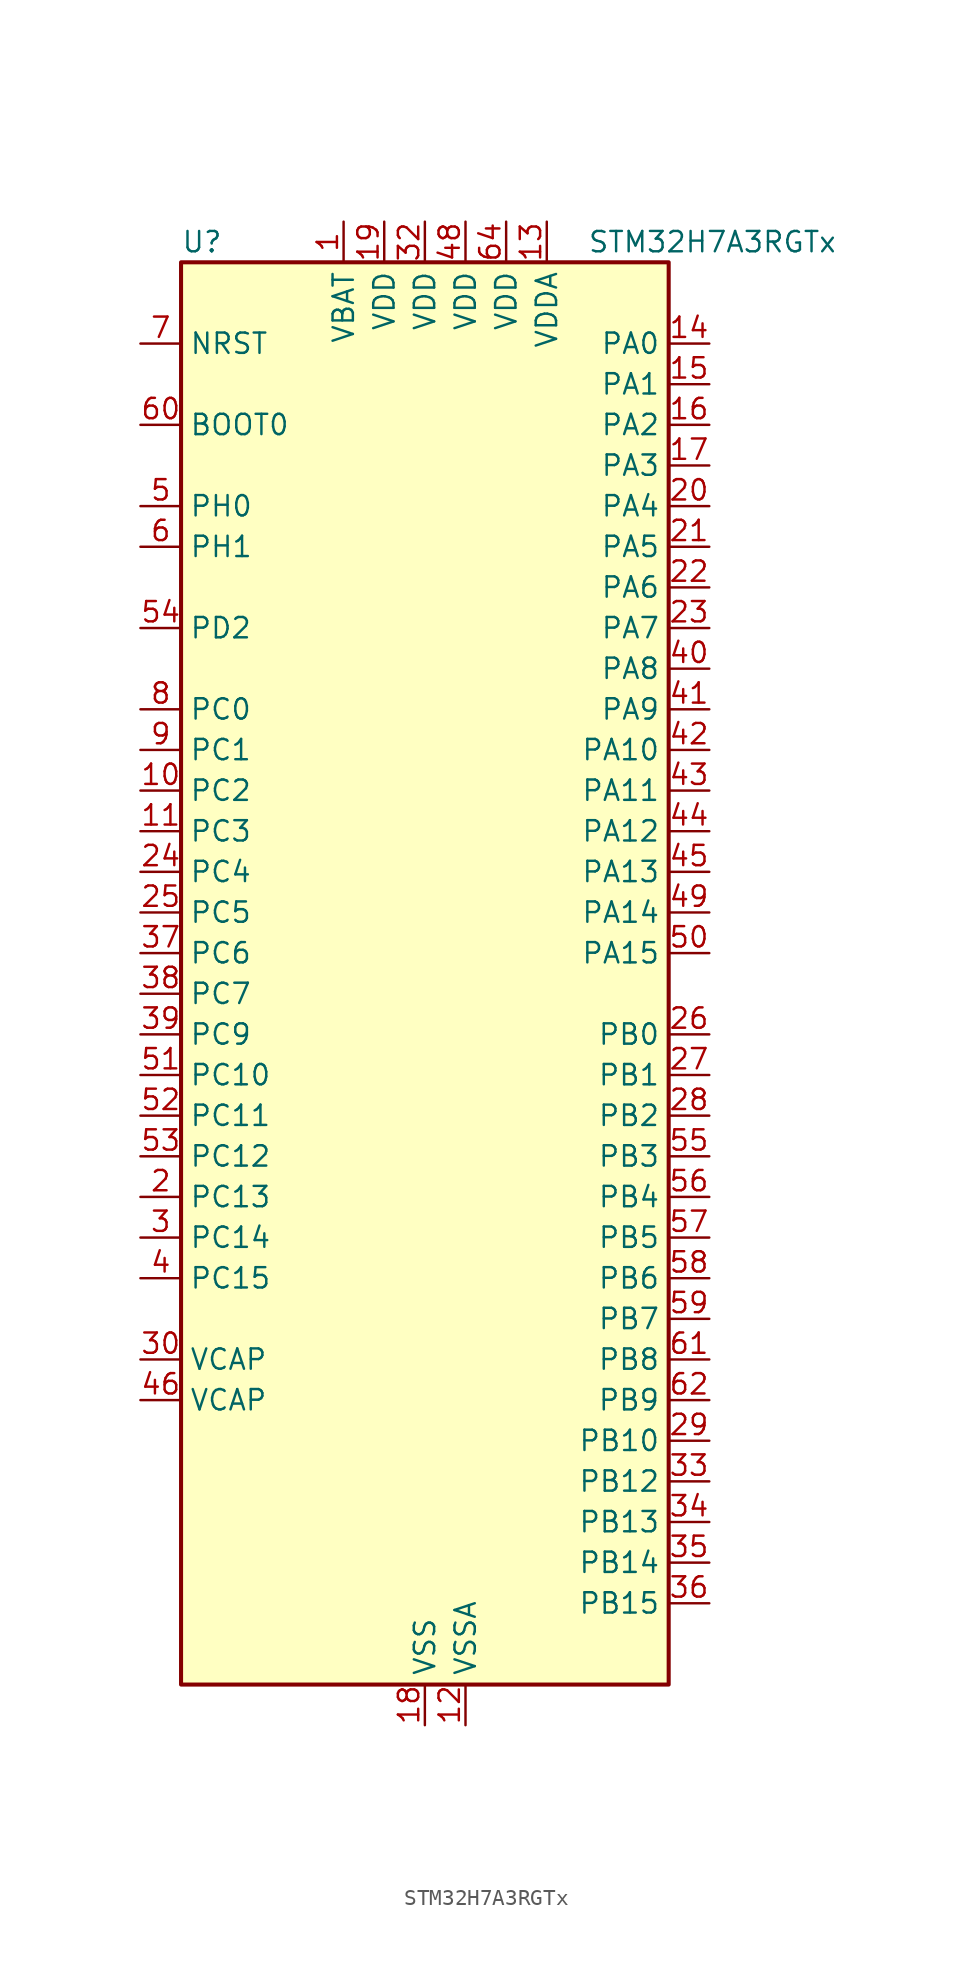
<source format=kicad_sym>
(kicad_symbol_lib
  (version 20231120)
  (generator "kicad_symbol_editor")
  (generator_version "8.0")
  (symbol "STM32H7A3RGTx"
    (property "Reference" "U"
      (at -15.24 46.99 0)
      (effects (font (size 1.27 1.27)) (justify left)))
    (property "Value" "STM32H7A3RGTx"
      (at 10.16 46.99 0)
      (effects (font (size 1.27 1.27)) (justify left)))
    (symbol "STM32H7A3RGTx_0_1"
      (rectangle (start -15.24 -43.18) (end 15.24 45.72) (stroke (width 0.254) (type default)) (fill (type background))))
    (symbol "STM32H7A3RGTx_1_1"
      (pin power_in line (at -5.08 48.26 270) (length 2.54) (name "VBAT" (effects (font (size 1.27 1.27)))) (number "1" (effects (font (size 1.27 1.27)))))
      (pin bidirectional line (at -17.78 12.7 0) (length 2.54) (name "PC2" (effects (font (size 1.27 1.27)))) (number "10" (effects (font (size 1.27 1.27)))) (alternate "ADC1_INN11" bidirectional line) (alternate "ADC1_INP12" bidirectional line) (alternate "ADC2_INN11" bidirectional line) (alternate "ADC2_INP12" bidirectional line) (alternate "DFSDM1_CKIN1" bidirectional line) (alternate "DFSDM1_CKOUT" bidirectional line) (alternate "I2S2_SDI" bidirectional line) (alternate "OCTOSPIM_P1_IO2" bidirectional line) (alternate "OCTOSPIM_P1_IO5" bidirectional line) (alternate "PWR_CSTOP" bidirectional line) (alternate "SPI2_MISO" bidirectional line) (alternate "USB_OTG_HS_ULPI_DIR" bidirectional line))
      (pin bidirectional line (at -17.78 10.16 0) (length 2.54) (name "PC3" (effects (font (size 1.27 1.27)))) (number "11" (effects (font (size 1.27 1.27)))) (alternate "ADC1_INN12" bidirectional line) (alternate "ADC1_INP13" bidirectional line) (alternate "ADC2_INN12" bidirectional line) (alternate "ADC2_INP13" bidirectional line) (alternate "DFSDM1_DATIN1" bidirectional line) (alternate "I2S2_SDO" bidirectional line) (alternate "OCTOSPIM_P1_IO0" bidirectional line) (alternate "OCTOSPIM_P1_IO6" bidirectional line) (alternate "PWR_CSLEEP" bidirectional line) (alternate "SPI2_MOSI" bidirectional line) (alternate "USB_OTG_HS_ULPI_NXT" bidirectional line))
      (pin power_in line (at 2.54 -45.72 90) (length 2.54) (name "VSSA" (effects (font (size 1.27 1.27)))) (number "12" (effects (font (size 1.27 1.27)))))
      (pin power_in line (at 7.62 48.26 270) (length 2.54) (name "VDDA" (effects (font (size 1.27 1.27)))) (number "13" (effects (font (size 1.27 1.27)))))
      (pin bidirectional line (at 17.78 40.64 180) (length 2.54) (name "PA0" (effects (font (size 1.27 1.27)))) (number "14" (effects (font (size 1.27 1.27)))) (alternate "ADC1_INP16" bidirectional line) (alternate "I2S6_WS" bidirectional line) (alternate "PWR_WKUP1" bidirectional line) (alternate "SAI2_SD_B" bidirectional line) (alternate "SDMMC2_CMD" bidirectional line) (alternate "SPI6_NSS" bidirectional line) (alternate "TIM15_BKIN" bidirectional line) (alternate "TIM2_CH1" bidirectional line) (alternate "TIM2_ETR" bidirectional line) (alternate "TIM5_CH1" bidirectional line) (alternate "TIM8_ETR" bidirectional line) (alternate "UART4_TX" bidirectional line) (alternate "USART2_CTS" bidirectional line) (alternate "USART2_NSS" bidirectional line))
      (pin bidirectional line (at 17.78 38.1 180) (length 2.54) (name "PA1" (effects (font (size 1.27 1.27)))) (number "15" (effects (font (size 1.27 1.27)))) (alternate "ADC1_INN16" bidirectional line) (alternate "ADC1_INP17" bidirectional line) (alternate "LPTIM3_OUT" bidirectional line) (alternate "LTDC_R2" bidirectional line) (alternate "OCTOSPIM_P1_DQS" bidirectional line) (alternate "OCTOSPIM_P1_IO3" bidirectional line) (alternate "SAI2_MCLK_B" bidirectional line) (alternate "TIM15_CH1N" bidirectional line) (alternate "TIM2_CH2" bidirectional line) (alternate "TIM5_CH2" bidirectional line) (alternate "UART4_RX" bidirectional line) (alternate "USART2_DE" bidirectional line) (alternate "USART2_RTS" bidirectional line))
      (pin bidirectional line (at 17.78 35.56 180) (length 2.54) (name "PA2" (effects (font (size 1.27 1.27)))) (number "16" (effects (font (size 1.27 1.27)))) (alternate "ADC1_INP14" bidirectional line) (alternate "DFSDM2_CKIN1" bidirectional line) (alternate "LTDC_R1" bidirectional line) (alternate "MDIOS_MDIO" bidirectional line) (alternate "PWR_WKUP2" bidirectional line) (alternate "SAI2_SCK_B" bidirectional line) (alternate "TIM15_CH1" bidirectional line) (alternate "TIM2_CH3" bidirectional line) (alternate "TIM5_CH3" bidirectional line) (alternate "USART2_TX" bidirectional line))
      (pin bidirectional line (at 17.78 33.02 180) (length 2.54) (name "PA3" (effects (font (size 1.27 1.27)))) (number "17" (effects (font (size 1.27 1.27)))) (alternate "ADC1_INP15" bidirectional line) (alternate "I2S6_MCK" bidirectional line) (alternate "LTDC_B2" bidirectional line) (alternate "LTDC_B5" bidirectional line) (alternate "OCTOSPIM_P1_CLK" bidirectional line) (alternate "TIM15_CH2" bidirectional line) (alternate "TIM2_CH4" bidirectional line) (alternate "TIM5_CH4" bidirectional line) (alternate "USART2_RX" bidirectional line) (alternate "USB_OTG_HS_ULPI_D0" bidirectional line))
      (pin power_in line (at 0 -45.72 90) (length 2.54) (name "VSS" (effects (font (size 1.27 1.27)))) (number "18" (effects (font (size 1.27 1.27)))))
      (pin power_in line (at -2.54 48.26 270) (length 2.54) (name "VDD" (effects (font (size 1.27 1.27)))) (number "19" (effects (font (size 1.27 1.27)))))
      (pin bidirectional line (at -17.78 -12.7 0) (length 2.54) (name "PC13" (effects (font (size 1.27 1.27)))) (number "2" (effects (font (size 1.27 1.27)))) (alternate "PWR_WKUP4" bidirectional line) (alternate "RTC_OUT_ALARM" bidirectional line) (alternate "RTC_OUT_CALIB" bidirectional line) (alternate "RTC_TAMP1" bidirectional line) (alternate "RTC_TS" bidirectional line))
      (pin bidirectional line (at 17.78 30.48 180) (length 2.54) (name "PA4" (effects (font (size 1.27 1.27)))) (number "20" (effects (font (size 1.27 1.27)))) (alternate "ADC1_INP18" bidirectional line) (alternate "DAC1_OUT1" bidirectional line) (alternate "DCMI_HSYNC" bidirectional line) (alternate "I2S1_WS" bidirectional line) (alternate "I2S3_WS" bidirectional line) (alternate "I2S6_WS" bidirectional line) (alternate "LTDC_VSYNC" bidirectional line) (alternate "PSSI_DE" bidirectional line) (alternate "SPI1_NSS" bidirectional line) (alternate "SPI3_NSS" bidirectional line) (alternate "SPI6_NSS" bidirectional line) (alternate "TIM5_ETR" bidirectional line) (alternate "USART2_CK" bidirectional line))
      (pin bidirectional line (at 17.78 27.94 180) (length 2.54) (name "PA5" (effects (font (size 1.27 1.27)))) (number "21" (effects (font (size 1.27 1.27)))) (alternate "ADC1_INN18" bidirectional line) (alternate "ADC1_INP19" bidirectional line) (alternate "DAC1_OUT2" bidirectional line) (alternate "I2S1_CK" bidirectional line) (alternate "I2S6_CK" bidirectional line) (alternate "LTDC_R4" bidirectional line) (alternate "PSSI_D14" bidirectional line) (alternate "PWR_NDSTOP2" bidirectional line) (alternate "SPI1_SCK" bidirectional line) (alternate "SPI6_SCK" bidirectional line) (alternate "TIM2_CH1" bidirectional line) (alternate "TIM2_ETR" bidirectional line) (alternate "TIM8_CH1N" bidirectional line) (alternate "USB_OTG_HS_ULPI_CK" bidirectional line))
      (pin bidirectional line (at 17.78 25.4 180) (length 2.54) (name "PA6" (effects (font (size 1.27 1.27)))) (number "22" (effects (font (size 1.27 1.27)))) (alternate "ADC1_INP3" bidirectional line) (alternate "ADC2_INP3" bidirectional line) (alternate "DAC2_OUT1" bidirectional line) (alternate "DCMI_PIXCLK" bidirectional line) (alternate "I2S1_SDI" bidirectional line) (alternate "I2S6_SDI" bidirectional line) (alternate "LTDC_G2" bidirectional line) (alternate "MDIOS_MDC" bidirectional line) (alternate "OCTOSPIM_P1_IO3" bidirectional line) (alternate "PSSI_PDCK" bidirectional line) (alternate "SPI1_MISO" bidirectional line) (alternate "SPI6_MISO" bidirectional line) (alternate "TIM13_CH1" bidirectional line) (alternate "TIM1_BKIN" bidirectional line) (alternate "TIM1_BKIN_COMP1" bidirectional line) (alternate "TIM3_CH1" bidirectional line) (alternate "TIM8_BKIN" bidirectional line) (alternate "TIM8_BKIN_COMP1" bidirectional line))
      (pin bidirectional line (at 17.78 22.86 180) (length 2.54) (name "PA7" (effects (font (size 1.27 1.27)))) (number "23" (effects (font (size 1.27 1.27)))) (alternate "ADC1_INN3" bidirectional line) (alternate "ADC1_INP7" bidirectional line) (alternate "ADC2_INN3" bidirectional line) (alternate "ADC2_INP7" bidirectional line) (alternate "DFSDM2_DATIN1" bidirectional line) (alternate "I2S1_SDO" bidirectional line) (alternate "I2S6_SDO" bidirectional line) (alternate "LTDC_VSYNC" bidirectional line) (alternate "OCTOSPIM_P1_IO2" bidirectional line) (alternate "OPAMP1_VINM" bidirectional line) (alternate "SPI1_MOSI" bidirectional line) (alternate "SPI6_MOSI" bidirectional line) (alternate "TIM14_CH1" bidirectional line) (alternate "TIM1_CH1N" bidirectional line) (alternate "TIM3_CH2" bidirectional line) (alternate "TIM8_CH1N" bidirectional line))
      (pin bidirectional line (at -17.78 7.62 0) (length 2.54) (name "PC4" (effects (font (size 1.27 1.27)))) (number "24" (effects (font (size 1.27 1.27)))) (alternate "ADC1_INP4" bidirectional line) (alternate "ADC2_INP4" bidirectional line) (alternate "COMP1_INM" bidirectional line) (alternate "DFSDM1_CKIN2" bidirectional line) (alternate "I2S1_MCK" bidirectional line) (alternate "LTDC_R7" bidirectional line) (alternate "OPAMP1_VOUT" bidirectional line) (alternate "SPDIFRX_IN2" bidirectional line))
      (pin bidirectional line (at -17.78 5.08 0) (length 2.54) (name "PC5" (effects (font (size 1.27 1.27)))) (number "25" (effects (font (size 1.27 1.27)))) (alternate "ADC1_INN4" bidirectional line) (alternate "ADC1_INP8" bidirectional line) (alternate "ADC2_INN4" bidirectional line) (alternate "ADC2_INP8" bidirectional line) (alternate "COMP1_OUT" bidirectional line) (alternate "DFSDM1_DATIN2" bidirectional line) (alternate "LTDC_DE" bidirectional line) (alternate "OCTOSPIM_P1_DQS" bidirectional line) (alternate "OPAMP1_VINM" bidirectional line) (alternate "PSSI_D15" bidirectional line) (alternate "SPDIFRX_IN3" bidirectional line))
      (pin bidirectional line (at 17.78 -2.54 180) (length 2.54) (name "PB0" (effects (font (size 1.27 1.27)))) (number "26" (effects (font (size 1.27 1.27)))) (alternate "ADC1_INN5" bidirectional line) (alternate "ADC1_INP9" bidirectional line) (alternate "ADC2_INN5" bidirectional line) (alternate "ADC2_INP9" bidirectional line) (alternate "COMP1_INP" bidirectional line) (alternate "DFSDM1_CKOUT" bidirectional line) (alternate "DFSDM2_CKOUT" bidirectional line) (alternate "LTDC_G1" bidirectional line) (alternate "LTDC_R3" bidirectional line) (alternate "OCTOSPIM_P1_IO1" bidirectional line) (alternate "OPAMP1_VINP" bidirectional line) (alternate "TIM1_CH2N" bidirectional line) (alternate "TIM3_CH3" bidirectional line) (alternate "TIM8_CH2N" bidirectional line) (alternate "UART4_CTS" bidirectional line) (alternate "USB_OTG_HS_ULPI_D1" bidirectional line))
      (pin bidirectional line (at 17.78 -5.08 180) (length 2.54) (name "PB1" (effects (font (size 1.27 1.27)))) (number "27" (effects (font (size 1.27 1.27)))) (alternate "ADC1_INP5" bidirectional line) (alternate "ADC2_INP5" bidirectional line) (alternate "COMP1_INM" bidirectional line) (alternate "DFSDM1_DATIN1" bidirectional line) (alternate "LTDC_G0" bidirectional line) (alternate "LTDC_R6" bidirectional line) (alternate "OCTOSPIM_P1_IO0" bidirectional line) (alternate "TIM1_CH3N" bidirectional line) (alternate "TIM3_CH4" bidirectional line) (alternate "TIM8_CH3N" bidirectional line) (alternate "USB_OTG_HS_ULPI_D2" bidirectional line))
      (pin bidirectional line (at 17.78 -7.62 180) (length 2.54) (name "PB2" (effects (font (size 1.27 1.27)))) (number "28" (effects (font (size 1.27 1.27)))) (alternate "COMP1_INP" bidirectional line) (alternate "DFSDM1_CKIN1" bidirectional line) (alternate "I2S3_SDO" bidirectional line) (alternate "OCTOSPIM_P1_CLK" bidirectional line) (alternate "OCTOSPIM_P1_DQS" bidirectional line) (alternate "RTC_OUT_ALARM" bidirectional line) (alternate "RTC_OUT_CALIB" bidirectional line) (alternate "SPI3_MOSI" bidirectional line))
      (pin bidirectional line (at 17.78 -27.94 180) (length 2.54) (name "PB10" (effects (font (size 1.27 1.27)))) (number "29" (effects (font (size 1.27 1.27)))) (alternate "DFSDM1_DATIN7" bidirectional line) (alternate "I2S2_CK" bidirectional line) (alternate "LPTIM2_IN1" bidirectional line) (alternate "LTDC_G4" bidirectional line) (alternate "OCTOSPIM_P1_NCS" bidirectional line) (alternate "SPI2_SCK" bidirectional line) (alternate "TIM2_CH3" bidirectional line) (alternate "USART3_TX" bidirectional line) (alternate "USB_OTG_HS_ULPI_D3" bidirectional line))
      (pin bidirectional line (at -17.78 -15.24 0) (length 2.54) (name "PC14" (effects (font (size 1.27 1.27)))) (number "3" (effects (font (size 1.27 1.27)))) (alternate "RCC_OSC32_IN" bidirectional line))
      (pin power_out line (at -17.78 -22.86 0) (length 2.54) (name "VCAP" (effects (font (size 1.27 1.27)))) (number "30" (effects (font (size 1.27 1.27)))))
      (pin passive line (at 0 -45.72 90) (length 2.54) hide (name "VSS" (effects (font (size 1.27 1.27)))) (number "31" (effects (font (size 1.27 1.27)))))
      (pin power_in line (at 0 48.26 270) (length 2.54) (name "VDD" (effects (font (size 1.27 1.27)))) (number "32" (effects (font (size 1.27 1.27)))))
      (pin bidirectional line (at 17.78 -30.48 180) (length 2.54) (name "PB12" (effects (font (size 1.27 1.27)))) (number "33" (effects (font (size 1.27 1.27)))) (alternate "DFSDM1_DATIN1" bidirectional line) (alternate "DFSDM2_DATIN1" bidirectional line) (alternate "FDCAN2_RX" bidirectional line) (alternate "I2S2_WS" bidirectional line) (alternate "OCTOSPIM_P1_NCLK" bidirectional line) (alternate "SPI2_NSS" bidirectional line) (alternate "TIM1_BKIN" bidirectional line) (alternate "TIM1_BKIN_COMP1" bidirectional line) (alternate "UART5_RX" bidirectional line) (alternate "USART3_CK" bidirectional line) (alternate "USB_OTG_HS_ULPI_D5" bidirectional line))
      (pin bidirectional line (at 17.78 -33.02 180) (length 2.54) (name "PB13" (effects (font (size 1.27 1.27)))) (number "34" (effects (font (size 1.27 1.27)))) (alternate "DCMI_D2" bidirectional line) (alternate "DFSDM1_CKIN1" bidirectional line) (alternate "DFSDM2_CKIN1" bidirectional line) (alternate "FDCAN2_TX" bidirectional line) (alternate "I2S2_CK" bidirectional line) (alternate "LPTIM2_OUT" bidirectional line) (alternate "PSSI_D2" bidirectional line) (alternate "SDMMC1_D0" bidirectional line) (alternate "SPI2_SCK" bidirectional line) (alternate "TIM1_CH1N" bidirectional line) (alternate "UART5_TX" bidirectional line) (alternate "USART3_CTS" bidirectional line) (alternate "USART3_NSS" bidirectional line) (alternate "USB_OTG_HS_ULPI_D6" bidirectional line))
      (pin bidirectional line (at 17.78 -35.56 180) (length 2.54) (name "PB14" (effects (font (size 1.27 1.27)))) (number "35" (effects (font (size 1.27 1.27)))) (alternate "DFSDM1_DATIN2" bidirectional line) (alternate "I2S2_SDI" bidirectional line) (alternate "LTDC_CLK" bidirectional line) (alternate "SDMMC2_D0" bidirectional line) (alternate "SPI2_MISO" bidirectional line) (alternate "TIM12_CH1" bidirectional line) (alternate "TIM1_CH2N" bidirectional line) (alternate "TIM8_CH2N" bidirectional line) (alternate "UART4_DE" bidirectional line) (alternate "UART4_RTS" bidirectional line) (alternate "USART1_TX" bidirectional line) (alternate "USART3_DE" bidirectional line) (alternate "USART3_RTS" bidirectional line))
      (pin bidirectional line (at 17.78 -38.1 180) (length 2.54) (name "PB15" (effects (font (size 1.27 1.27)))) (number "36" (effects (font (size 1.27 1.27)))) (alternate "ADC1_EXTI15" bidirectional line) (alternate "ADC2_EXTI15" bidirectional line) (alternate "DFSDM1_CKIN2" bidirectional line) (alternate "I2S2_SDO" bidirectional line) (alternate "LTDC_G7" bidirectional line) (alternate "RTC_REFIN" bidirectional line) (alternate "SDMMC2_D1" bidirectional line) (alternate "SPI2_MOSI" bidirectional line) (alternate "TIM12_CH2" bidirectional line) (alternate "TIM1_CH3N" bidirectional line) (alternate "TIM8_CH3N" bidirectional line) (alternate "UART4_CTS" bidirectional line) (alternate "USART1_RX" bidirectional line))
      (pin bidirectional line (at -17.78 2.54 0) (length 2.54) (name "PC6" (effects (font (size 1.27 1.27)))) (number "37" (effects (font (size 1.27 1.27)))) (alternate "DCMI_D0" bidirectional line) (alternate "DFSDM1_CKIN3" bidirectional line) (alternate "I2S2_MCK" bidirectional line) (alternate "LTDC_HSYNC" bidirectional line) (alternate "PSSI_D0" bidirectional line) (alternate "SDMMC1_D0DIR" bidirectional line) (alternate "SDMMC1_D6" bidirectional line) (alternate "SDMMC2_D6" bidirectional line) (alternate "SWPMI1_IO" bidirectional line) (alternate "TIM3_CH1" bidirectional line) (alternate "TIM8_CH1" bidirectional line) (alternate "USART6_TX" bidirectional line))
      (pin bidirectional line (at -17.78 0 0) (length 2.54) (name "PC7" (effects (font (size 1.27 1.27)))) (number "38" (effects (font (size 1.27 1.27)))) (alternate "DCMI_D1" bidirectional line) (alternate "DEBUG_TRGIO" bidirectional line) (alternate "DFSDM1_DATIN3" bidirectional line) (alternate "I2S3_MCK" bidirectional line) (alternate "LTDC_G6" bidirectional line) (alternate "PSSI_D1" bidirectional line) (alternate "SDMMC1_D123DIR" bidirectional line) (alternate "SDMMC1_D7" bidirectional line) (alternate "SDMMC2_D7" bidirectional line) (alternate "SWPMI1_TX" bidirectional line) (alternate "TIM3_CH2" bidirectional line) (alternate "TIM8_CH2" bidirectional line) (alternate "USART6_RX" bidirectional line))
      (pin bidirectional line (at -17.78 -2.54 0) (length 2.54) (name "PC9" (effects (font (size 1.27 1.27)))) (number "39" (effects (font (size 1.27 1.27)))) (alternate "DAC1_EXTI9" bidirectional line) (alternate "DCMI_D3" bidirectional line) (alternate "I2C3_SDA" bidirectional line) (alternate "I2S_CKIN" bidirectional line) (alternate "LTDC_B2" bidirectional line) (alternate "LTDC_G3" bidirectional line) (alternate "OCTOSPIM_P1_IO0" bidirectional line) (alternate "PSSI_D3" bidirectional line) (alternate "RCC_MCO_2" bidirectional line) (alternate "SDMMC1_D1" bidirectional line) (alternate "SWPMI1_SUSPEND" bidirectional line) (alternate "TIM3_CH4" bidirectional line) (alternate "TIM8_CH4" bidirectional line) (alternate "UART5_CTS" bidirectional line))
      (pin bidirectional line (at -17.78 -17.78 0) (length 2.54) (name "PC15" (effects (font (size 1.27 1.27)))) (number "4" (effects (font (size 1.27 1.27)))) (alternate "ADC1_EXTI15" bidirectional line) (alternate "ADC2_EXTI15" bidirectional line) (alternate "RCC_OSC32_OUT" bidirectional line))
      (pin bidirectional line (at 17.78 20.32 180) (length 2.54) (name "PA8" (effects (font (size 1.27 1.27)))) (number "40" (effects (font (size 1.27 1.27)))) (alternate "I2C3_SCL" bidirectional line) (alternate "LTDC_B3" bidirectional line) (alternate "LTDC_R6" bidirectional line) (alternate "RCC_MCO_1" bidirectional line) (alternate "TIM1_CH1" bidirectional line) (alternate "TIM8_BKIN2" bidirectional line) (alternate "TIM8_BKIN2_COMP1" bidirectional line) (alternate "UART7_RX" bidirectional line) (alternate "USART1_CK" bidirectional line) (alternate "USB_OTG_HS_SOF" bidirectional line))
      (pin bidirectional line (at 17.78 17.78 180) (length 2.54) (name "PA9" (effects (font (size 1.27 1.27)))) (number "41" (effects (font (size 1.27 1.27)))) (alternate "DAC1_EXTI9" bidirectional line) (alternate "DCMI_D0" bidirectional line) (alternate "I2C3_SMBA" bidirectional line) (alternate "I2S2_CK" bidirectional line) (alternate "LPUART1_TX" bidirectional line) (alternate "LTDC_R5" bidirectional line) (alternate "PSSI_D0" bidirectional line) (alternate "SPI2_SCK" bidirectional line) (alternate "TIM1_CH2" bidirectional line) (alternate "USART1_TX" bidirectional line) (alternate "USB_OTG_HS_VBUS" bidirectional line))
      (pin bidirectional line (at 17.78 15.24 180) (length 2.54) (name "PA10" (effects (font (size 1.27 1.27)))) (number "42" (effects (font (size 1.27 1.27)))) (alternate "DCMI_D1" bidirectional line) (alternate "LPUART1_RX" bidirectional line) (alternate "LTDC_B1" bidirectional line) (alternate "LTDC_B4" bidirectional line) (alternate "MDIOS_MDIO" bidirectional line) (alternate "PSSI_D1" bidirectional line) (alternate "TIM1_CH3" bidirectional line) (alternate "USART1_RX" bidirectional line) (alternate "USB_OTG_HS_ID" bidirectional line))
      (pin bidirectional line (at 17.78 12.7 180) (length 2.54) (name "PA11" (effects (font (size 1.27 1.27)))) (number "43" (effects (font (size 1.27 1.27)))) (alternate "ADC1_EXTI11" bidirectional line) (alternate "ADC2_EXTI11" bidirectional line) (alternate "FDCAN1_RX" bidirectional line) (alternate "I2S2_WS" bidirectional line) (alternate "LPUART1_CTS" bidirectional line) (alternate "LTDC_R4" bidirectional line) (alternate "SPI2_NSS" bidirectional line) (alternate "TIM1_CH4" bidirectional line) (alternate "UART4_RX" bidirectional line) (alternate "USART1_CTS" bidirectional line) (alternate "USART1_NSS" bidirectional line) (alternate "USB_OTG_HS_DM" bidirectional line))
      (pin bidirectional line (at 17.78 10.16 180) (length 2.54) (name "PA12" (effects (font (size 1.27 1.27)))) (number "44" (effects (font (size 1.27 1.27)))) (alternate "FDCAN1_TX" bidirectional line) (alternate "I2S2_CK" bidirectional line) (alternate "LPUART1_DE" bidirectional line) (alternate "LPUART1_RTS" bidirectional line) (alternate "LTDC_R5" bidirectional line) (alternate "SAI2_FS_B" bidirectional line) (alternate "SPI2_SCK" bidirectional line) (alternate "TIM1_ETR" bidirectional line) (alternate "UART4_TX" bidirectional line) (alternate "USART1_DE" bidirectional line) (alternate "USART1_RTS" bidirectional line) (alternate "USB_OTG_HS_DP" bidirectional line))
      (pin bidirectional line (at 17.78 7.62 180) (length 2.54) (name "PA13" (effects (font (size 1.27 1.27)))) (number "45" (effects (font (size 1.27 1.27)))) (alternate "DEBUG_JTMS-SWDIO" bidirectional line))
      (pin power_out line (at -17.78 -25.4 0) (length 2.54) (name "VCAP" (effects (font (size 1.27 1.27)))) (number "46" (effects (font (size 1.27 1.27)))))
      (pin passive line (at 0 -45.72 90) (length 2.54) hide (name "VSS" (effects (font (size 1.27 1.27)))) (number "47" (effects (font (size 1.27 1.27)))))
      (pin power_in line (at 2.54 48.26 270) (length 2.54) (name "VDD" (effects (font (size 1.27 1.27)))) (number "48" (effects (font (size 1.27 1.27)))))
      (pin bidirectional line (at 17.78 5.08 180) (length 2.54) (name "PA14" (effects (font (size 1.27 1.27)))) (number "49" (effects (font (size 1.27 1.27)))) (alternate "DEBUG_JTCK-SWCLK" bidirectional line))
      (pin bidirectional line (at -17.78 30.48 0) (length 2.54) (name "PH0" (effects (font (size 1.27 1.27)))) (number "5" (effects (font (size 1.27 1.27)))) (alternate "RCC_OSC_IN" bidirectional line))
      (pin bidirectional line (at 17.78 2.54 180) (length 2.54) (name "PA15" (effects (font (size 1.27 1.27)))) (number "50" (effects (font (size 1.27 1.27)))) (alternate "ADC1_EXTI15" bidirectional line) (alternate "ADC2_EXTI15" bidirectional line) (alternate "CEC" bidirectional line) (alternate "DEBUG_JTDI" bidirectional line) (alternate "I2S1_WS" bidirectional line) (alternate "I2S3_WS" bidirectional line) (alternate "I2S6_WS" bidirectional line) (alternate "LTDC_B6" bidirectional line) (alternate "LTDC_R3" bidirectional line) (alternate "SPI1_NSS" bidirectional line) (alternate "SPI3_NSS" bidirectional line) (alternate "SPI6_NSS" bidirectional line) (alternate "TIM2_CH1" bidirectional line) (alternate "TIM2_ETR" bidirectional line) (alternate "UART4_DE" bidirectional line) (alternate "UART4_RTS" bidirectional line) (alternate "UART7_TX" bidirectional line))
      (pin bidirectional line (at -17.78 -5.08 0) (length 2.54) (name "PC10" (effects (font (size 1.27 1.27)))) (number "51" (effects (font (size 1.27 1.27)))) (alternate "DCMI_D8" bidirectional line) (alternate "DFSDM1_CKIN5" bidirectional line) (alternate "DFSDM2_CKIN0" bidirectional line) (alternate "I2S3_CK" bidirectional line) (alternate "LTDC_B1" bidirectional line) (alternate "LTDC_R2" bidirectional line) (alternate "OCTOSPIM_P1_IO1" bidirectional line) (alternate "PSSI_D8" bidirectional line) (alternate "SDMMC1_D2" bidirectional line) (alternate "SPI3_SCK" bidirectional line) (alternate "SWPMI1_RX" bidirectional line) (alternate "UART4_TX" bidirectional line) (alternate "USART3_TX" bidirectional line))
      (pin bidirectional line (at -17.78 -7.62 0) (length 2.54) (name "PC11" (effects (font (size 1.27 1.27)))) (number "52" (effects (font (size 1.27 1.27)))) (alternate "ADC1_EXTI11" bidirectional line) (alternate "ADC2_EXTI11" bidirectional line) (alternate "DCMI_D4" bidirectional line) (alternate "DFSDM1_DATIN5" bidirectional line) (alternate "DFSDM2_DATIN0" bidirectional line) (alternate "I2S3_SDI" bidirectional line) (alternate "LTDC_B4" bidirectional line) (alternate "OCTOSPIM_P1_NCS" bidirectional line) (alternate "PSSI_D4" bidirectional line) (alternate "SDMMC1_D3" bidirectional line) (alternate "SPI3_MISO" bidirectional line) (alternate "UART4_RX" bidirectional line) (alternate "USART3_RX" bidirectional line))
      (pin bidirectional line (at -17.78 -10.16 0) (length 2.54) (name "PC12" (effects (font (size 1.27 1.27)))) (number "53" (effects (font (size 1.27 1.27)))) (alternate "DCMI_D9" bidirectional line) (alternate "DEBUG_TRACED3" bidirectional line) (alternate "DFSDM2_CKOUT" bidirectional line) (alternate "I2S3_SDO" bidirectional line) (alternate "I2S6_CK" bidirectional line) (alternate "LTDC_R6" bidirectional line) (alternate "PSSI_D9" bidirectional line) (alternate "SDMMC1_CK" bidirectional line) (alternate "SPI3_MOSI" bidirectional line) (alternate "SPI6_SCK" bidirectional line) (alternate "TIM15_CH1" bidirectional line) (alternate "UART5_TX" bidirectional line) (alternate "USART3_CK" bidirectional line))
      (pin bidirectional line (at -17.78 22.86 0) (length 2.54) (name "PD2" (effects (font (size 1.27 1.27)))) (number "54" (effects (font (size 1.27 1.27)))) (alternate "DCMI_D11" bidirectional line) (alternate "DEBUG_TRACED2" bidirectional line) (alternate "LTDC_B2" bidirectional line) (alternate "LTDC_B7" bidirectional line) (alternate "PSSI_D11" bidirectional line) (alternate "SDMMC1_CMD" bidirectional line) (alternate "TIM15_BKIN" bidirectional line) (alternate "TIM3_ETR" bidirectional line) (alternate "UART5_RX" bidirectional line))
      (pin bidirectional line (at 17.78 -10.16 180) (length 2.54) (name "PB3" (effects (font (size 1.27 1.27)))) (number "55" (effects (font (size 1.27 1.27)))) (alternate "CRS_SYNC" bidirectional line) (alternate "DEBUG_JTDO-SWO" bidirectional line) (alternate "I2S1_CK" bidirectional line) (alternate "I2S3_CK" bidirectional line) (alternate "I2S6_CK" bidirectional line) (alternate "SDMMC2_D2" bidirectional line) (alternate "SPI1_SCK" bidirectional line) (alternate "SPI3_SCK" bidirectional line) (alternate "SPI6_SCK" bidirectional line) (alternate "TIM2_CH2" bidirectional line) (alternate "UART7_RX" bidirectional line))
      (pin bidirectional line (at 17.78 -12.7 180) (length 2.54) (name "PB4" (effects (font (size 1.27 1.27)))) (number "56" (effects (font (size 1.27 1.27)))) (alternate "DEBUG_JTRST" bidirectional line) (alternate "I2S1_SDI" bidirectional line) (alternate "I2S2_WS" bidirectional line) (alternate "I2S3_SDI" bidirectional line) (alternate "I2S6_SDI" bidirectional line) (alternate "SDMMC2_D3" bidirectional line) (alternate "SPI1_MISO" bidirectional line) (alternate "SPI2_NSS" bidirectional line) (alternate "SPI3_MISO" bidirectional line) (alternate "SPI6_MISO" bidirectional line) (alternate "TIM16_BKIN" bidirectional line) (alternate "TIM3_CH1" bidirectional line) (alternate "UART7_TX" bidirectional line))
      (pin bidirectional line (at 17.78 -15.24 180) (length 2.54) (name "PB5" (effects (font (size 1.27 1.27)))) (number "57" (effects (font (size 1.27 1.27)))) (alternate "DCMI_D10" bidirectional line) (alternate "FDCAN2_RX" bidirectional line) (alternate "I2C1_SMBA" bidirectional line) (alternate "I2C4_SMBA" bidirectional line) (alternate "I2S1_SDO" bidirectional line) (alternate "I2S3_SDO" bidirectional line) (alternate "I2S6_SDO" bidirectional line) (alternate "LTDC_B5" bidirectional line) (alternate "PSSI_D10" bidirectional line) (alternate "SPI1_MOSI" bidirectional line) (alternate "SPI3_MOSI" bidirectional line) (alternate "SPI6_MOSI" bidirectional line) (alternate "TIM17_BKIN" bidirectional line) (alternate "TIM3_CH2" bidirectional line) (alternate "UART5_RX" bidirectional line) (alternate "USB_OTG_HS_ULPI_D7" bidirectional line))
      (pin bidirectional line (at 17.78 -17.78 180) (length 2.54) (name "PB6" (effects (font (size 1.27 1.27)))) (number "58" (effects (font (size 1.27 1.27)))) (alternate "CEC" bidirectional line) (alternate "DCMI_D5" bidirectional line) (alternate "DFSDM1_DATIN5" bidirectional line) (alternate "FDCAN2_TX" bidirectional line) (alternate "I2C1_SCL" bidirectional line) (alternate "I2C4_SCL" bidirectional line) (alternate "LPUART1_TX" bidirectional line) (alternate "OCTOSPIM_P1_NCS" bidirectional line) (alternate "PSSI_D5" bidirectional line) (alternate "TIM16_CH1N" bidirectional line) (alternate "TIM4_CH1" bidirectional line) (alternate "UART5_TX" bidirectional line) (alternate "USART1_TX" bidirectional line))
      (pin bidirectional line (at 17.78 -20.32 180) (length 2.54) (name "PB7" (effects (font (size 1.27 1.27)))) (number "59" (effects (font (size 1.27 1.27)))) (alternate "DCMI_VSYNC" bidirectional line) (alternate "DFSDM1_CKIN5" bidirectional line) (alternate "I2C1_SDA" bidirectional line) (alternate "I2C4_SDA" bidirectional line) (alternate "LPUART1_RX" bidirectional line) (alternate "PSSI_RDY" bidirectional line) (alternate "PWR_PVD_IN" bidirectional line) (alternate "TIM17_CH1N" bidirectional line) (alternate "TIM4_CH2" bidirectional line) (alternate "USART1_RX" bidirectional line))
      (pin bidirectional line (at -17.78 27.94 0) (length 2.54) (name "PH1" (effects (font (size 1.27 1.27)))) (number "6" (effects (font (size 1.27 1.27)))) (alternate "RCC_OSC_OUT" bidirectional line))
      (pin input line (at -17.78 35.56 0) (length 2.54) (name "BOOT0" (effects (font (size 1.27 1.27)))) (number "60" (effects (font (size 1.27 1.27)))))
      (pin bidirectional line (at 17.78 -22.86 180) (length 2.54) (name "PB8" (effects (font (size 1.27 1.27)))) (number "61" (effects (font (size 1.27 1.27)))) (alternate "DCMI_D6" bidirectional line) (alternate "DFSDM1_CKIN7" bidirectional line) (alternate "FDCAN1_RX" bidirectional line) (alternate "I2C1_SCL" bidirectional line) (alternate "I2C4_SCL" bidirectional line) (alternate "LTDC_B6" bidirectional line) (alternate "PSSI_D6" bidirectional line) (alternate "SDMMC1_CKIN" bidirectional line) (alternate "SDMMC1_D4" bidirectional line) (alternate "SDMMC2_D4" bidirectional line) (alternate "TIM16_CH1" bidirectional line) (alternate "TIM4_CH3" bidirectional line) (alternate "UART4_RX" bidirectional line))
      (pin bidirectional line (at 17.78 -25.4 180) (length 2.54) (name "PB9" (effects (font (size 1.27 1.27)))) (number "62" (effects (font (size 1.27 1.27)))) (alternate "DAC1_EXTI9" bidirectional line) (alternate "DCMI_D7" bidirectional line) (alternate "DFSDM1_DATIN7" bidirectional line) (alternate "FDCAN1_TX" bidirectional line) (alternate "I2C1_SDA" bidirectional line) (alternate "I2C4_SDA" bidirectional line) (alternate "I2C4_SMBA" bidirectional line) (alternate "I2S2_WS" bidirectional line) (alternate "LTDC_B7" bidirectional line) (alternate "PSSI_D7" bidirectional line) (alternate "SDMMC1_CDIR" bidirectional line) (alternate "SDMMC1_D5" bidirectional line) (alternate "SDMMC2_D5" bidirectional line) (alternate "SPI2_NSS" bidirectional line) (alternate "TIM17_CH1" bidirectional line) (alternate "TIM4_CH4" bidirectional line) (alternate "UART4_TX" bidirectional line))
      (pin passive line (at 0 -45.72 90) (length 2.54) hide (name "VSS" (effects (font (size 1.27 1.27)))) (number "63" (effects (font (size 1.27 1.27)))))
      (pin power_in line (at 5.08 48.26 270) (length 2.54) (name "VDD" (effects (font (size 1.27 1.27)))) (number "64" (effects (font (size 1.27 1.27)))))
      (pin input line (at -17.78 40.64 0) (length 2.54) (name "NRST" (effects (font (size 1.27 1.27)))) (number "7" (effects (font (size 1.27 1.27)))))
      (pin bidirectional line (at -17.78 17.78 0) (length 2.54) (name "PC0" (effects (font (size 1.27 1.27)))) (number "8" (effects (font (size 1.27 1.27)))) (alternate "ADC1_INP10" bidirectional line) (alternate "ADC2_INP10" bidirectional line) (alternate "DFSDM1_CKIN0" bidirectional line) (alternate "DFSDM1_DATIN4" bidirectional line) (alternate "LTDC_G2" bidirectional line) (alternate "LTDC_R5" bidirectional line) (alternate "SAI2_FS_B" bidirectional line) (alternate "USB_OTG_HS_ULPI_STP" bidirectional line))
      (pin bidirectional line (at -17.78 15.24 0) (length 2.54) (name "PC1" (effects (font (size 1.27 1.27)))) (number "9" (effects (font (size 1.27 1.27)))) (alternate "ADC1_INN10" bidirectional line) (alternate "ADC1_INP11" bidirectional line) (alternate "ADC2_INN10" bidirectional line) (alternate "ADC2_INP11" bidirectional line) (alternate "DEBUG_TRACED0" bidirectional line) (alternate "DFSDM1_CKIN4" bidirectional line) (alternate "DFSDM1_DATIN0" bidirectional line) (alternate "I2S2_SDO" bidirectional line) (alternate "LTDC_G5" bidirectional line) (alternate "MDIOS_MDC" bidirectional line) (alternate "OCTOSPIM_P1_IO4" bidirectional line) (alternate "PWR_WKUP6" bidirectional line) (alternate "RTC_TAMP3" bidirectional line) (alternate "SDMMC2_CK" bidirectional line) (alternate "SPI2_MOSI" bidirectional line)))))
</source>
